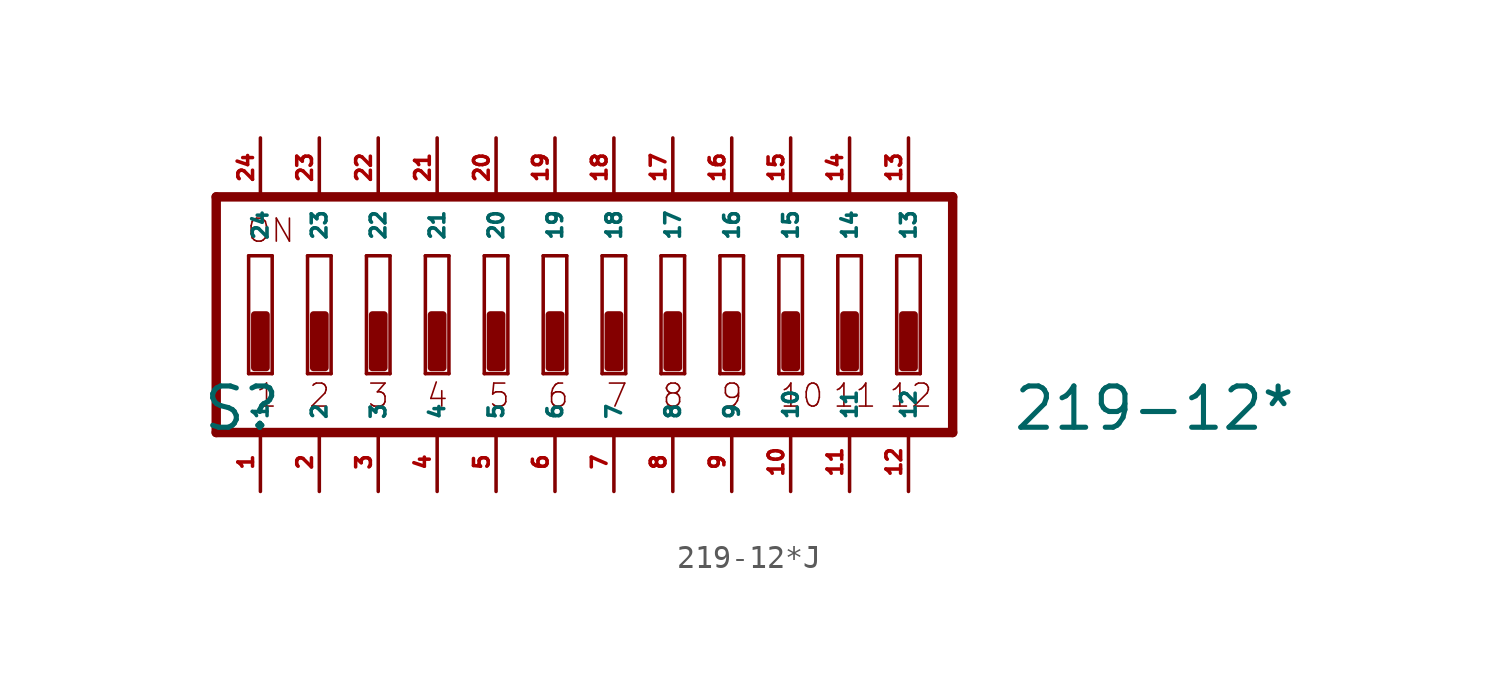
<source format=kicad_sym>
(kicad_symbol_lib
  (version 20220914)
  (generator Eagle2Kicad)
  (symbol "219-12*J"
    (property "Reference" "S"
      (at -17.78 -5.08 0)
      (effects (font (size 1.778 1.778) (thickness 0.22)) (justify left bottom)))
    (property "Value" "219-12*"
      (at 17.145 -5.08 0)
      (effects (font (size 1.778 1.778) (thickness 0.22)) (justify left bottom)))
    (polyline
      (pts (xy 14.605 5.08) (xy -17.145 5.08))
      (stroke (width 0.406) (type default))
      (fill (type none)))
    (polyline
      (pts (xy -17.145 5.08) (xy -17.145 -5.08))
      (stroke (width 0.406) (type default))
      (fill (type none)))
    (polyline
      (pts (xy -17.145 -5.08) (xy 14.605 -5.08))
      (stroke (width 0.406) (type default))
      (fill (type none)))
    (polyline
      (pts (xy 14.605 -5.08) (xy 14.605 5.08))
      (stroke (width 0.406) (type default))
      (fill (type none)))
    (polyline
      (pts (xy -14.732 -2.54) (xy -15.748 -2.54))
      (stroke (width 0.152) (type default))
      (fill (type none)))
    (polyline
      (pts (xy -15.748 2.54) (xy -14.732 2.54))
      (stroke (width 0.152) (type default))
      (fill (type none)))
    (polyline
      (pts (xy -14.732 2.54) (xy -14.732 -2.54))
      (stroke (width 0.152) (type default))
      (fill (type none)))
    (polyline
      (pts (xy -15.748 -2.54) (xy -15.748 2.54))
      (stroke (width 0.152) (type default))
      (fill (type none)))
    (polyline
      (pts (xy -12.192 -2.54) (xy -13.208 -2.54))
      (stroke (width 0.152) (type default))
      (fill (type none)))
    (polyline
      (pts (xy -13.208 2.54) (xy -12.192 2.54))
      (stroke (width 0.152) (type default))
      (fill (type none)))
    (polyline
      (pts (xy -12.192 2.54) (xy -12.192 -2.54))
      (stroke (width 0.152) (type default))
      (fill (type none)))
    (polyline
      (pts (xy -13.208 -2.54) (xy -13.208 2.54))
      (stroke (width 0.152) (type default))
      (fill (type none)))
    (polyline
      (pts (xy -9.652 -2.54) (xy -10.668 -2.54))
      (stroke (width 0.152) (type default))
      (fill (type none)))
    (polyline
      (pts (xy -10.668 2.54) (xy -9.652 2.54))
      (stroke (width 0.152) (type default))
      (fill (type none)))
    (polyline
      (pts (xy -9.652 2.54) (xy -9.652 -2.54))
      (stroke (width 0.152) (type default))
      (fill (type none)))
    (polyline
      (pts (xy -10.668 -2.54) (xy -10.668 2.54))
      (stroke (width 0.152) (type default))
      (fill (type none)))
    (polyline
      (pts (xy -7.112 -2.54) (xy -8.128 -2.54))
      (stroke (width 0.152) (type default))
      (fill (type none)))
    (polyline
      (pts (xy -8.128 2.54) (xy -7.112 2.54))
      (stroke (width 0.152) (type default))
      (fill (type none)))
    (polyline
      (pts (xy -7.112 2.54) (xy -7.112 -2.54))
      (stroke (width 0.152) (type default))
      (fill (type none)))
    (polyline
      (pts (xy -8.128 -2.54) (xy -8.128 2.54))
      (stroke (width 0.152) (type default))
      (fill (type none)))
    (polyline
      (pts (xy -4.572 -2.54) (xy -5.588 -2.54))
      (stroke (width 0.152) (type default))
      (fill (type none)))
    (polyline
      (pts (xy -5.588 2.54) (xy -4.572 2.54))
      (stroke (width 0.152) (type default))
      (fill (type none)))
    (polyline
      (pts (xy -4.572 2.54) (xy -4.572 -2.54))
      (stroke (width 0.152) (type default))
      (fill (type none)))
    (polyline
      (pts (xy -5.588 -2.54) (xy -5.588 2.54))
      (stroke (width 0.152) (type default))
      (fill (type none)))
    (polyline
      (pts (xy -2.032 -2.54) (xy -3.048 -2.54))
      (stroke (width 0.152) (type default))
      (fill (type none)))
    (polyline
      (pts (xy -3.048 2.54) (xy -2.032 2.54))
      (stroke (width 0.152) (type default))
      (fill (type none)))
    (polyline
      (pts (xy -2.032 2.54) (xy -2.032 -2.54))
      (stroke (width 0.152) (type default))
      (fill (type none)))
    (polyline
      (pts (xy -3.048 -2.54) (xy -3.048 2.54))
      (stroke (width 0.152) (type default))
      (fill (type none)))
    (polyline
      (pts (xy 0.508 -2.54) (xy -0.508 -2.54))
      (stroke (width 0.152) (type default))
      (fill (type none)))
    (polyline
      (pts (xy -0.508 2.54) (xy 0.508 2.54))
      (stroke (width 0.152) (type default))
      (fill (type none)))
    (polyline
      (pts (xy 0.508 2.54) (xy 0.508 -2.54))
      (stroke (width 0.152) (type default))
      (fill (type none)))
    (polyline
      (pts (xy -0.508 -2.54) (xy -0.508 2.54))
      (stroke (width 0.152) (type default))
      (fill (type none)))
    (polyline
      (pts (xy 3.048 -2.54) (xy 2.032 -2.54))
      (stroke (width 0.152) (type default))
      (fill (type none)))
    (polyline
      (pts (xy 2.032 2.54) (xy 3.048 2.54))
      (stroke (width 0.152) (type default))
      (fill (type none)))
    (polyline
      (pts (xy 3.048 2.54) (xy 3.048 -2.54))
      (stroke (width 0.152) (type default))
      (fill (type none)))
    (polyline
      (pts (xy 2.032 -2.54) (xy 2.032 2.54))
      (stroke (width 0.152) (type default))
      (fill (type none)))
    (polyline
      (pts (xy 5.588 -2.54) (xy 4.572 -2.54))
      (stroke (width 0.152) (type default))
      (fill (type none)))
    (polyline
      (pts (xy 4.572 2.54) (xy 5.588 2.54))
      (stroke (width 0.152) (type default))
      (fill (type none)))
    (polyline
      (pts (xy 5.588 2.54) (xy 5.588 -2.54))
      (stroke (width 0.152) (type default))
      (fill (type none)))
    (polyline
      (pts (xy 4.572 -2.54) (xy 4.572 2.54))
      (stroke (width 0.152) (type default))
      (fill (type none)))
    (polyline
      (pts (xy 8.128 -2.54) (xy 7.112 -2.54))
      (stroke (width 0.152) (type default))
      (fill (type none)))
    (polyline
      (pts (xy 7.112 2.54) (xy 8.128 2.54))
      (stroke (width 0.152) (type default))
      (fill (type none)))
    (polyline
      (pts (xy 8.128 2.54) (xy 8.128 -2.54))
      (stroke (width 0.152) (type default))
      (fill (type none)))
    (polyline
      (pts (xy 7.112 -2.54) (xy 7.112 2.54))
      (stroke (width 0.152) (type default))
      (fill (type none)))
    (polyline
      (pts (xy 10.668 -2.54) (xy 9.652 -2.54))
      (stroke (width 0.152) (type default))
      (fill (type none)))
    (polyline
      (pts (xy 9.652 2.54) (xy 10.668 2.54))
      (stroke (width 0.152) (type default))
      (fill (type none)))
    (polyline
      (pts (xy 10.668 2.54) (xy 10.668 -2.54))
      (stroke (width 0.152) (type default))
      (fill (type none)))
    (polyline
      (pts (xy 9.652 -2.54) (xy 9.652 2.54))
      (stroke (width 0.152) (type default))
      (fill (type none)))
    (polyline
      (pts (xy 13.208 -2.54) (xy 12.192 -2.54))
      (stroke (width 0.152) (type default))
      (fill (type none)))
    (polyline
      (pts (xy 12.192 2.54) (xy 13.208 2.54))
      (stroke (width 0.152) (type default))
      (fill (type none)))
    (polyline
      (pts (xy 13.208 2.54) (xy 13.208 -2.54))
      (stroke (width 0.152) (type default))
      (fill (type none)))
    (polyline
      (pts (xy 12.192 -2.54) (xy 12.192 2.54))
      (stroke (width 0.152) (type default))
      (fill (type none)))
    (text "1"
      (at -15.494 -4.064 0)
      (effects (font (size 0.991 0.991) (thickness 0.07)) (justify left bottom)))
    (text "2"
      (at -13.208 -4.064 0)
      (effects (font (size 0.991 0.991) (thickness 0.07)) (justify left bottom)))
    (text "3"
      (at -10.668 -4.064 0)
      (effects (font (size 0.991 0.991) (thickness 0.07)) (justify left bottom)))
    (text "4"
      (at -8.128 -4.064 0)
      (effects (font (size 0.991 0.991) (thickness 0.07)) (justify left bottom)))
    (text "5"
      (at -5.461 -4.064 0)
      (effects (font (size 0.991 0.991) (thickness 0.07)) (justify left bottom)))
    (text "6"
      (at -2.921 -4.064 0)
      (effects (font (size 0.991 0.991) (thickness 0.07)) (justify left bottom)))
    (text "7"
      (at -0.381 -4.064 0)
      (effects (font (size 0.991 0.991) (thickness 0.07)) (justify left bottom)))
    (text "8"
      (at 2.032 -4.064 0)
      (effects (font (size 0.991 0.991) (thickness 0.07)) (justify left bottom)))
    (text "9"
      (at 4.572 -4.064 0)
      (effects (font (size 0.991 0.991) (thickness 0.07)) (justify left bottom)))
    (text "ON"
      (at -15.875 3.048 0)
      (effects (font (size 0.991 0.991) (thickness 0.07)) (justify left bottom)))
    (text "10"
      (at 7.112 -4.064 0)
      (effects (font (size 0.991 0.991) (thickness 0.07)) (justify left bottom)))
    (text "11"
      (at 9.398 -4.064 0)
      (effects (font (size 0.991 0.991) (thickness 0.07)) (justify left bottom)))
    (text "12"
      (at 11.811 -4.064 0)
      (effects (font (size 0.991 0.991) (thickness 0.07)) (justify left bottom)))
    (rectangle
      (start -15.494 -2.286)
      (end -14.986 0)
      (stroke (width 0.3) (type default))
      (fill (type outline)))
    (rectangle
      (start -12.954 -2.286)
      (end -12.446 0)
      (stroke (width 0.3) (type default))
      (fill (type outline)))
    (rectangle
      (start -10.414 -2.286)
      (end -9.906 0)
      (stroke (width 0.3) (type default))
      (fill (type outline)))
    (rectangle
      (start -7.874 -2.286)
      (end -7.366 0)
      (stroke (width 0.3) (type default))
      (fill (type outline)))
    (rectangle
      (start -5.334 -2.286)
      (end -4.826 0)
      (stroke (width 0.3) (type default))
      (fill (type outline)))
    (rectangle
      (start -2.794 -2.286)
      (end -2.286 0)
      (stroke (width 0.3) (type default))
      (fill (type outline)))
    (rectangle
      (start -0.254 -2.286)
      (end 0.254 0)
      (stroke (width 0.3) (type default))
      (fill (type outline)))
    (rectangle
      (start 2.286 -2.286)
      (end 2.794 0)
      (stroke (width 0.3) (type default))
      (fill (type outline)))
    (rectangle
      (start 4.826 -2.286)
      (end 5.334 0)
      (stroke (width 0.3) (type default))
      (fill (type outline)))
    (rectangle
      (start 7.366 -2.286)
      (end 7.874 0)
      (stroke (width 0.3) (type default))
      (fill (type outline)))
    (rectangle
      (start 9.906 -2.286)
      (end 10.414 0)
      (stroke (width 0.3) (type default))
      (fill (type outline)))
    (rectangle
      (start 12.446 -2.286)
      (end 12.954 0)
      (stroke (width 0.3) (type default))
      (fill (type outline)))
    (pin passive line
      (at 5.08 7.62 270)
      (length 2.54)
      (name "16" (effects (font (size 0.635 0.635) (thickness 0.08)) (justify left bottom)))
      (number "16" (effects (font (size 0.635 0.635) (thickness 0.08)) (justify left bottom))))
    (pin passive line
      (at 2.54 7.62 270)
      (length 2.54)
      (name "17" (effects (font (size 0.635 0.635) (thickness 0.08)) (justify left bottom)))
      (number "17" (effects (font (size 0.635 0.635) (thickness 0.08)) (justify left bottom))))
    (pin passive line
      (at 0 7.62 270)
      (length 2.54)
      (name "18" (effects (font (size 0.635 0.635) (thickness 0.08)) (justify left bottom)))
      (number "18" (effects (font (size 0.635 0.635) (thickness 0.08)) (justify left bottom))))
    (pin passive line
      (at -2.54 7.62 270)
      (length 2.54)
      (name "19" (effects (font (size 0.635 0.635) (thickness 0.08)) (justify left bottom)))
      (number "19" (effects (font (size 0.635 0.635) (thickness 0.08)) (justify left bottom))))
    (pin passive line
      (at -5.08 7.62 270)
      (length 2.54)
      (name "20" (effects (font (size 0.635 0.635) (thickness 0.08)) (justify left bottom)))
      (number "20" (effects (font (size 0.635 0.635) (thickness 0.08)) (justify left bottom))))
    (pin passive line
      (at -7.62 7.62 270)
      (length 2.54)
      (name "21" (effects (font (size 0.635 0.635) (thickness 0.08)) (justify left bottom)))
      (number "21" (effects (font (size 0.635 0.635) (thickness 0.08)) (justify left bottom))))
    (pin passive line
      (at -10.16 7.62 270)
      (length 2.54)
      (name "22" (effects (font (size 0.635 0.635) (thickness 0.08)) (justify left bottom)))
      (number "22" (effects (font (size 0.635 0.635) (thickness 0.08)) (justify left bottom))))
    (pin passive line
      (at -12.7 7.62 270)
      (length 2.54)
      (name "23" (effects (font (size 0.635 0.635) (thickness 0.08)) (justify left bottom)))
      (number "23" (effects (font (size 0.635 0.635) (thickness 0.08)) (justify left bottom))))
    (pin passive line
      (at -15.24 7.62 270)
      (length 2.54)
      (name "24" (effects (font (size 0.635 0.635) (thickness 0.08)) (justify left bottom)))
      (number "24" (effects (font (size 0.635 0.635) (thickness 0.08)) (justify left bottom))))
    (pin passive line
      (at -15.24 -7.62 90)
      (length 2.54)
      (name "1" (effects (font (size 0.635 0.635) (thickness 0.08)) (justify left bottom)))
      (number "1" (effects (font (size 0.635 0.635) (thickness 0.08)) (justify left bottom))))
    (pin passive line
      (at -12.7 -7.62 90)
      (length 2.54)
      (name "2" (effects (font (size 0.635 0.635) (thickness 0.08)) (justify left bottom)))
      (number "2" (effects (font (size 0.635 0.635) (thickness 0.08)) (justify left bottom))))
    (pin passive line
      (at -10.16 -7.62 90)
      (length 2.54)
      (name "3" (effects (font (size 0.635 0.635) (thickness 0.08)) (justify left bottom)))
      (number "3" (effects (font (size 0.635 0.635) (thickness 0.08)) (justify left bottom))))
    (pin passive line
      (at -7.62 -7.62 90)
      (length 2.54)
      (name "4" (effects (font (size 0.635 0.635) (thickness 0.08)) (justify left bottom)))
      (number "4" (effects (font (size 0.635 0.635) (thickness 0.08)) (justify left bottom))))
    (pin passive line
      (at -5.08 -7.62 90)
      (length 2.54)
      (name "5" (effects (font (size 0.635 0.635) (thickness 0.08)) (justify left bottom)))
      (number "5" (effects (font (size 0.635 0.635) (thickness 0.08)) (justify left bottom))))
    (pin passive line
      (at -2.54 -7.62 90)
      (length 2.54)
      (name "6" (effects (font (size 0.635 0.635) (thickness 0.08)) (justify left bottom)))
      (number "6" (effects (font (size 0.635 0.635) (thickness 0.08)) (justify left bottom))))
    (pin passive line
      (at 0 -7.62 90)
      (length 2.54)
      (name "7" (effects (font (size 0.635 0.635) (thickness 0.08)) (justify left bottom)))
      (number "7" (effects (font (size 0.635 0.635) (thickness 0.08)) (justify left bottom))))
    (pin passive line
      (at 2.54 -7.62 90)
      (length 2.54)
      (name "8" (effects (font (size 0.635 0.635) (thickness 0.08)) (justify left bottom)))
      (number "8" (effects (font (size 0.635 0.635) (thickness 0.08)) (justify left bottom))))
    (pin passive line
      (at 5.08 -7.62 90)
      (length 2.54)
      (name "9" (effects (font (size 0.635 0.635) (thickness 0.08)) (justify left bottom)))
      (number "9" (effects (font (size 0.635 0.635) (thickness 0.08)) (justify left bottom))))
    (pin passive line
      (at 7.62 -7.62 90)
      (length 2.54)
      (name "10" (effects (font (size 0.635 0.635) (thickness 0.08)) (justify left bottom)))
      (number "10" (effects (font (size 0.635 0.635) (thickness 0.08)) (justify left bottom))))
    (pin passive line
      (at 7.62 7.62 270)
      (length 2.54)
      (name "15" (effects (font (size 0.635 0.635) (thickness 0.08)) (justify left bottom)))
      (number "15" (effects (font (size 0.635 0.635) (thickness 0.08)) (justify left bottom))))
    (pin passive line
      (at 10.16 -7.62 90)
      (length 2.54)
      (name "11" (effects (font (size 0.635 0.635) (thickness 0.08)) (justify left bottom)))
      (number "11" (effects (font (size 0.635 0.635) (thickness 0.08)) (justify left bottom))))
    (pin passive line
      (at 12.7 -7.62 90)
      (length 2.54)
      (name "12" (effects (font (size 0.635 0.635) (thickness 0.08)) (justify left bottom)))
      (number "12" (effects (font (size 0.635 0.635) (thickness 0.08)) (justify left bottom))))
    (pin passive line
      (at 12.7 7.62 270)
      (length 2.54)
      (name "13" (effects (font (size 0.635 0.635) (thickness 0.08)) (justify left bottom)))
      (number "13" (effects (font (size 0.635 0.635) (thickness 0.08)) (justify left bottom))))
    (pin passive line
      (at 10.16 7.62 270)
      (length 2.54)
      (name "14" (effects (font (size 0.635 0.635) (thickness 0.08)) (justify left bottom)))
      (number "14" (effects (font (size 0.635 0.635) (thickness 0.08)) (justify left bottom))))))
</source>
